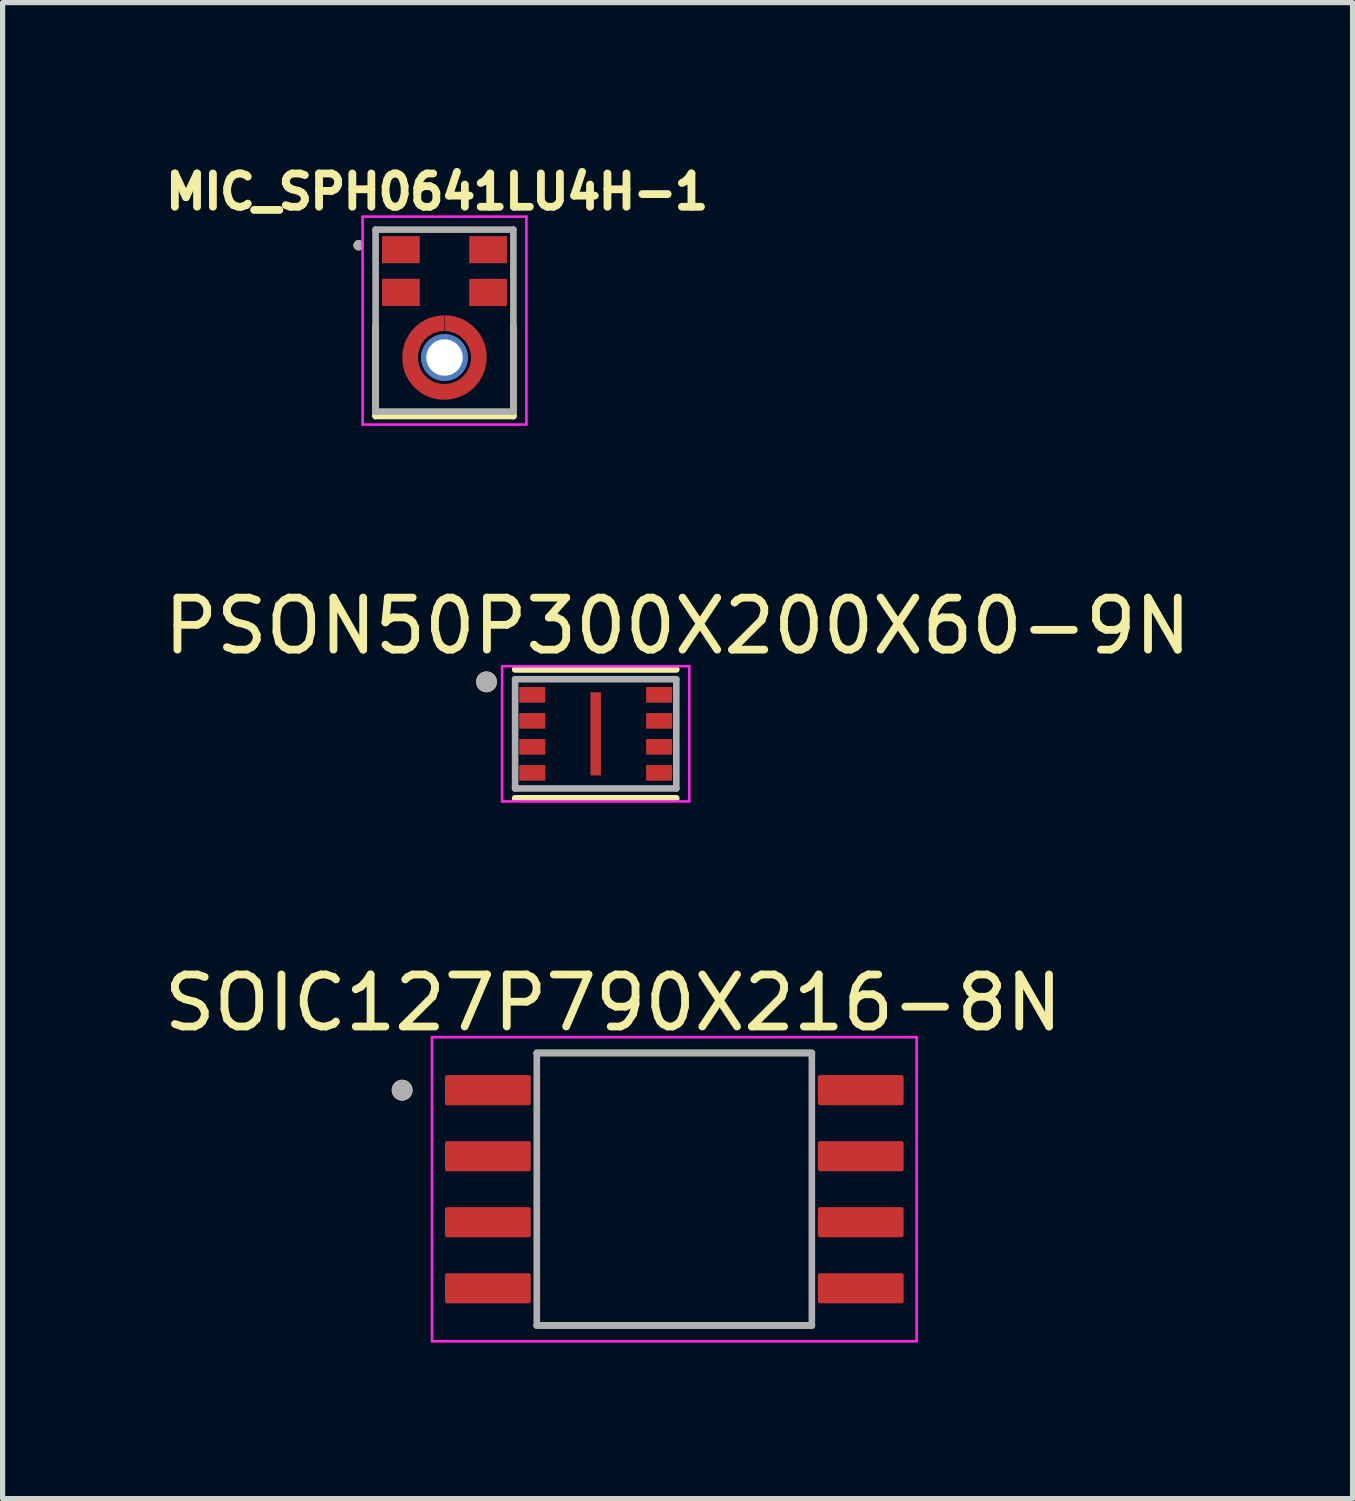
<source format=kicad_pcb>
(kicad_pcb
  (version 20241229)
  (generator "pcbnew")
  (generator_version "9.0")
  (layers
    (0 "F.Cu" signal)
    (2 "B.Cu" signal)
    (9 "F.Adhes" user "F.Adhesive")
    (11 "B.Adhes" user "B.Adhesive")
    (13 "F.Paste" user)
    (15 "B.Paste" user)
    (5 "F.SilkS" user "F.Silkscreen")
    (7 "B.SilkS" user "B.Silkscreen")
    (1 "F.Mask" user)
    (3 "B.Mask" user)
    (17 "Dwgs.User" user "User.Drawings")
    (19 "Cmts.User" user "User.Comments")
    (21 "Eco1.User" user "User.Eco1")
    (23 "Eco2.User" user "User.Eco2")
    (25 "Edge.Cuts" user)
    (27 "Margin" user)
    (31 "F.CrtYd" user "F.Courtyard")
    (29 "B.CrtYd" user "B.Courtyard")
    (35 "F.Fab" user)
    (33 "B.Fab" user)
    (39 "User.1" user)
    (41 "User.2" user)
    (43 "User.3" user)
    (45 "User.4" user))
  (footprint "MIC_SPH0641LU4H-1"
    (layer "F.Cu")
    (at 5.499 3.826)
    (property "Reference" "MIC_SPH0641LU4H-1" (at -0.142 -3.188 0) (layer "F.SilkS") (effects (font (size 0.64 0.64) (thickness 0.15))))
    (attr through_hole)
    (fp_circle (center 0 0) (end 0.65 0) (stroke (width 0.3) (type solid)) (fill no) (layer "F.Mask"))
    (fp_line (start -1.325 1.126) (end -1.325 -0.6) (stroke (width 0.127) (type solid)) (layer "F.SilkS"))
    (fp_line (start 1.325 -0.6) (end 1.325 1.126) (stroke (width 0.127) (type solid)) (layer "F.SilkS"))
    (fp_line (start 1.325 1.126) (end -1.325 1.126) (stroke (width 0.127) (type solid)) (layer "F.SilkS"))
    (fp_circle (center -1.651 -2.159) (end -1.601 -2.159) (stroke (width 0.1) (type solid)) (fill no) (layer "F.SilkS"))
    (fp_poly (pts (xy -0.53 0.38) (xy -0.425 0.28) (xy -0.46 0.23) (xy -0.5 0.12) (xy -0.514 0) (xy -0.5 -0.12) (xy -0.462 -0.225) (xy -0.426 -0.288) (xy -0.525 -0.385) (xy -0.64 -0.5) (xy -0.705 -0.405) (xy -0.75 -0.31) (xy -0.78 -0.22) (xy -0.8 -0.14) (xy -0.81 0) (xy -0.796 0.16) (xy -0.75 0.31) (xy -0.69 0.425) (xy -0.645 0.495)) (stroke (width 0.001) (type solid)) (fill yes) (layer "F.Paste"))
    (fp_poly (pts (xy 0.53 -0.375) (xy 0.435 -0.28) (xy 0.46 -0.23) (xy 0.485 -0.175) (xy 0.5 -0.12) (xy 0.51 -0.06) (xy 0.514 0) (xy 0.5 0.12) (xy 0.462 0.225) (xy 0.426 0.283) (xy 0.525 0.385) (xy 0.64 0.5) (xy 0.7 0.41) (xy 0.75 0.31) (xy 0.78 0.23) (xy 0.8 0.14) (xy 0.81 0) (xy 0.796 -0.16) (xy 0.75 -0.31) (xy 0.7 -0.415) (xy 0.645 -0.49)) (stroke (width 0.001) (type solid)) (fill yes) (layer "F.Paste"))
    (fp_poly (pts (xy 0.385 0.53) (xy 0.28 0.425) (xy 0.23 0.46) (xy 0.12 0.5) (xy 0 0.514) (xy -0.12 0.5) (xy -0.225 0.462) (xy -0.283 0.421) (xy -0.38 0.52) (xy -0.5 0.64) (xy -0.405 0.705) (xy -0.31 0.75) (xy -0.23 0.78) (xy -0.14 0.8) (xy -0.06 0.81) (xy 0 0.81) (xy 0.065 0.81) (xy 0.16 0.796) (xy 0.235 0.78) (xy 0.31 0.75) (xy 0.405 0.705) (xy 0.5 0.64)) (stroke (width 0.001) (type solid)) (fill yes) (layer "F.Paste"))
    (fp_poly (pts (xy -0.385 -0.53) (xy -0.285 -0.43) (xy -0.23 -0.465) (xy -0.12 -0.505) (xy -0.12 -0.51) (xy -0.11 -0.505) (xy -0.005 -0.52) (xy 0.005 -0.524) (xy 0.005 -0.52) (xy 0.125 -0.505) (xy 0.225 -0.462) (xy 0.293 -0.426) (xy 0.39 -0.525) (xy 0.505 -0.635) (xy 0.41 -0.7) (xy 0.31 -0.75) (xy 0.22 -0.78) (xy 0.14 -0.8) (xy 0 -0.81) (xy -0.16 -0.796) (xy -0.31 -0.75) (xy -0.4 -0.705) (xy -0.5 -0.64)) (stroke (width 0.001) (type solid)) (fill yes) (layer "F.Paste"))
    (fp_line (start -1.575 -2.71) (end 1.575 -2.71) (stroke (width 0.05) (type solid)) (layer "F.CrtYd"))
    (fp_line (start -1.575 1.29) (end -1.575 -2.71) (stroke (width 0.05) (type solid)) (layer "F.CrtYd"))
    (fp_line (start 1.575 -2.71) (end 1.575 1.29) (stroke (width 0.05) (type solid)) (layer "F.CrtYd"))
    (fp_line (start 1.575 1.29) (end -1.575 1.29) (stroke (width 0.05) (type solid)) (layer "F.CrtYd"))
    (fp_line (start -1.325 -2.46) (end 1.325 -2.46) (stroke (width 0.127) (type solid)) (layer "F.Fab"))
    (fp_line (start -1.325 1.04) (end -1.325 -2.46) (stroke (width 0.127) (type solid)) (layer "F.Fab"))
    (fp_line (start 1.325 -2.46) (end 1.325 1.04) (stroke (width 0.127) (type solid)) (layer "F.Fab"))
    (fp_line (start 1.325 1.04) (end -1.325 1.04) (stroke (width 0.127) (type solid)) (layer "F.Fab"))
    (fp_circle (center -1.651 -2.159) (end -1.601 -2.159) (stroke (width 0.1) (type solid)) (fill no) (layer "F.Fab"))
    (pad "" np_thru_hole circle (at 0 0) (size 0.9 0.9) (drill 0.7) (layers "*.Cu" "*.Mask"))
    (pad "1" smd rect (at -0.838 -2.074) (size 0.725 0.522) (layers "F.Cu" "F.Mask" "F.Paste"))
    (pad "2" smd rect (at -0.838 -1.252) (size 0.725 0.522) (layers "F.Cu" "F.Mask" "F.Paste"))
    (pad "3" smd custom (at 0.656 -0.013) (size 0.1 0.1) (layers "F.Cu") (options (anchor rect)) (primitives (gr_poly (pts (xy -0.661 -0.497) (xy -0.661 -0.797) (xy -0.705 -0.796) (xy -0.747 -0.793) (xy -0.789 -0.787) (xy -0.83 -0.779) (xy -0.871 -0.77) (xy -0.911 -0.758) (xy -0.951 -0.745) (xy -0.99 -0.729) (xy -1.028 -0.711) (xy -1.065 -0.69) (xy -1.101 -0.668) (xy -1.135 -0.644) (xy -1.169 -0.619) (xy -1.2 -0.592) (xy -1.231 -0.562) (xy -1.26 -0.531) (xy -1.287 -0.5) (xy -1.313 -0.467) (xy -1.337 -0.432) (xy -1.358 -0.397) (xy -1.379 -0.359) (xy -1.397 -0.322) (xy -1.413 -0.282) (xy -1.427 -0.242) (xy -1.439 -0.203) (xy -1.448 -0.162) (xy -1.456 -0.12) (xy -1.462 -0.079) (xy -1.465 -0.036) (xy -1.466 0.003) (xy -1.466 0.072) (xy -1.463 0.104) (xy -1.459 0.142) (xy -1.452 0.18) (xy -1.443 0.218) (xy -1.433 0.256) (xy -1.421 0.292) (xy -1.407 0.329) (xy -1.392 0.363) (xy -1.374 0.399) (xy -1.356 0.431) (xy -1.335 0.465) (xy -1.313 0.496) (xy -1.289 0.526) (xy -1.264 0.556) (xy -1.238 0.585) (xy -1.21 0.612) (xy -1.181 0.637) (xy -1.151 0.661) (xy -1.12 0.683) (xy -1.087 0.705) (xy -1.054 0.725) (xy -1.02 0.743) (xy -0.985 0.758) (xy -0.949 0.772) (xy -0.912 0.785) (xy -0.875 0.796) (xy -0.838 0.805) (xy -0.8 0.812) (xy -0.761 0.819) (xy -0.716 0.823) (xy -0.656 0.823) (xy -0.614 0.822) (xy -0.571 0.819) (xy -0.529 0.812) (xy -0.488 0.804) (xy -0.446 0.794) (xy -0.406 0.782) (xy -0.366 0.768) (xy -0.327 0.752) (xy -0.288 0.735) (xy -0.251 0.714) (xy -0.215 0.692) (xy -0.18 0.667) (xy -0.146 0.641) (xy -0.114 0.615) (xy -0.083 0.586) (xy -0.054 0.554) (xy -0.027 0.522) (xy -0.001 0.488) (xy 0.023 0.454) (xy 0.045 0.417) (xy 0.066 0.381) (xy 0.084 0.342) (xy 0.1 0.302) (xy 0.114 0.263) (xy 0.126 0.223) (xy 0.136 0.18) (xy 0.144 0.14) (xy 0.15 0.098) (xy 0.153 0.054) (xy 0.154 0.013) (xy 0.154 0.003) (xy 0.153 -0.036) (xy 0.15 -0.079) (xy 0.144 -0.12) (xy 0.136 -0.162) (xy 0.127 -0.203) (xy 0.115 -0.242) (xy 0.101 -0.282) (xy 0.085 -0.322) (xy 0.067 -0.359) (xy 0.046 -0.397) (xy 0.025 -0.432) (xy 0.001 -0.467) (xy -0.025 -0.5) (xy -0.052 -0.531) (xy -0.081 -0.562) (xy -0.112 -0.592) (xy -0.143 -0.619) (xy -0.177 -0.644) (xy -0.211 -0.668) (xy -0.247 -0.69) (xy -0.284 -0.711) (xy -0.322 -0.729) (xy -0.361 -0.745) (xy -0.401 -0.758) (xy -0.441 -0.77) (xy -0.482 -0.779) (xy -0.523 -0.787) (xy -0.565 -0.793) (xy -0.607 -0.796) (xy -0.651 -0.797) (xy -0.651 -0.497) (xy -0.636 -0.497) (xy -0.607 -0.494) (xy -0.581 -0.491) (xy -0.556 -0.486) (xy -0.531 -0.48) (xy -0.507 -0.472) (xy -0.483 -0.465) (xy -0.459 -0.455) (xy -0.436 -0.444) (xy -0.413 -0.432) (xy -0.391 -0.419) (xy -0.37 -0.405) (xy -0.349 -0.39) (xy -0.33 -0.373) (xy -0.311 -0.356) (xy -0.292 -0.339) (xy -0.275 -0.32) (xy -0.259 -0.3) (xy -0.243 -0.28) (xy -0.229 -0.259) (xy -0.216 -0.236) (xy -0.203 -0.214) (xy -0.192 -0.192) (xy -0.182 -0.168) (xy -0.173 -0.143) (xy -0.166 -0.119) (xy -0.159 -0.095) (xy -0.154 -0.07) (xy -0.15 -0.044) (xy -0.147 -0.019) (xy -0.146 0.003) (xy -0.146 0.025) (xy -0.148 0.052) (xy -0.151 0.08) (xy -0.155 0.105) (xy -0.161 0.133) (xy -0.168 0.159) (xy -0.177 0.183) (xy -0.187 0.208) (xy -0.198 0.234) (xy -0.211 0.258) (xy -0.224 0.281) (xy -0.239 0.302) (xy -0.255 0.325) (xy -0.272 0.345) (xy -0.291 0.365) (xy -0.31 0.385) (xy -0.33 0.403) (xy -0.351 0.418) (xy -0.373 0.434) (xy -0.396 0.449) (xy -0.419 0.463) (xy -0.443 0.474) (xy -0.468 0.485) (xy -0.493 0.494) (xy -0.519 0.502) (xy -0.545 0.509) (xy -0.572 0.514) (xy -0.598 0.518) (xy -0.625 0.521) (xy -0.656 0.522) (xy -0.666 0.522) (xy -0.696 0.521) (xy -0.723 0.518) (xy -0.749 0.514) (xy -0.775 0.509) (xy -0.8 0.502) (xy -0.825 0.495) (xy -0.85 0.485) (xy -0.874 0.475) (xy -0.898 0.464) (xy -0.921 0.451) (xy -0.943 0.436) (xy -0.965 0.42) (xy -0.986 0.405) (xy -1.005 0.387) (xy -1.024 0.368) (xy -1.042 0.348) (xy -1.059 0.329) (xy -1.075 0.307) (xy -1.089 0.285) (xy -1.103 0.263) (xy -1.115 0.238) (xy -1.126 0.214) (xy -1.136 0.191) (xy -1.144 0.166) (xy -1.151 0.14) (xy -1.157 0.114) (xy -1.161 0.087) (xy -1.164 0.061) (xy -1.166 0.035) (xy -1.166 0.013) (xy -1.165 -0.017) (xy -1.163 -0.043) (xy -1.16 -0.07) (xy -1.155 -0.096) (xy -1.149 -0.121) (xy -1.141 -0.146) (xy -1.132 -0.172) (xy -1.122 -0.197) (xy -1.111 -0.221) (xy -1.098 -0.243) (xy -1.084 -0.267) (xy -1.069 -0.288) (xy -1.053 -0.309) (xy -1.036 -0.33) (xy -1.017 -0.348) (xy -0.998 -0.367) (xy -0.978 -0.385) (xy -0.957 -0.401) (xy -0.935 -0.415) (xy -0.912 -0.429) (xy -0.889 -0.443) (xy -0.865 -0.454) (xy -0.84 -0.464) (xy -0.815 -0.472) (xy -0.79 -0.48) (xy -0.764 -0.486) (xy -0.738 -0.491) (xy -0.712 -0.494) (xy -0.685 -0.496) (xy -0.661 -0.497)) (width 0.001) (fill yes))))
    (pad "4" smd rect (at 0.838 -1.252) (size 0.725 0.522) (layers "F.Cu" "F.Mask" "F.Paste"))
    (pad "5" smd rect (at 0.838 -2.074) (size 0.725 0.522) (layers "F.Cu" "F.Mask" "F.Paste")))
  (footprint "PSON50P300X200X60-9N"
    (layer "F.Cu")
    (at 8.407 11.064)
    (property "Reference" "PSON50P300X200X60-9N" (at 1.575 -2.075 0) (layer "F.SilkS") (effects (font (size 1 1) (thickness 0.15))))
    (attr through_hole)
    (fp_line (start -1.55 -1.239) (end 1.55 -1.239) (stroke (width 0.127) (type solid)) (layer "F.SilkS"))
    (fp_line (start -1.55 1.239) (end 1.55 1.239) (stroke (width 0.127) (type solid)) (layer "F.SilkS"))
    (fp_circle (center -2.1 -1) (end -2 -1) (stroke (width 0.2) (type solid)) (fill no) (layer "F.SilkS"))
    (fp_line (start -1.8 -1.3) (end 1.8 -1.3) (stroke (width 0.05) (type solid)) (layer "F.CrtYd"))
    (fp_line (start -1.8 1.3) (end -1.8 -1.3) (stroke (width 0.05) (type solid)) (layer "F.CrtYd"))
    (fp_line (start 1.8 -1.3) (end 1.8 1.3) (stroke (width 0.05) (type solid)) (layer "F.CrtYd"))
    (fp_line (start 1.8 1.3) (end -1.8 1.3) (stroke (width 0.05) (type solid)) (layer "F.CrtYd"))
    (fp_line (start -1.55 -1.05) (end 1.55 -1.05) (stroke (width 0.127) (type solid)) (layer "F.Fab"))
    (fp_line (start -1.55 1.05) (end -1.55 -1.05) (stroke (width 0.127) (type solid)) (layer "F.Fab"))
    (fp_line (start 1.55 -1.05) (end 1.55 1.05) (stroke (width 0.127) (type solid)) (layer "F.Fab"))
    (fp_line (start 1.55 1.05) (end -1.55 1.05) (stroke (width 0.127) (type solid)) (layer "F.Fab"))
    (fp_circle (center -2.1 -1) (end -2 -1) (stroke (width 0.2) (type solid)) (fill no) (layer "F.Fab"))
    (pad "1" smd rect (at -1.22 -0.75) (size 0.5 0.3) (layers "F.Cu" "F.Mask" "F.Paste"))
    (pad "2" smd rect (at -1.22 -0.25) (size 0.5 0.3) (layers "F.Cu" "F.Mask" "F.Paste"))
    (pad "3" smd rect (at -1.22 0.25) (size 0.5 0.3) (layers "F.Cu" "F.Mask" "F.Paste"))
    (pad "4" smd rect (at -1.22 0.75) (size 0.5 0.3) (layers "F.Cu" "F.Mask" "F.Paste"))
    (pad "5" smd rect (at 1.22 0.75) (size 0.5 0.3) (layers "F.Cu" "F.Mask" "F.Paste"))
    (pad "6" smd rect (at 1.22 0.25) (size 0.5 0.3) (layers "F.Cu" "F.Mask" "F.Paste"))
    (pad "7" smd rect (at 1.22 -0.25) (size 0.5 0.3) (layers "F.Cu" "F.Mask" "F.Paste"))
    (pad "8" smd rect (at 1.22 -0.75) (size 0.5 0.3) (layers "F.Cu" "F.Mask" "F.Paste"))
    (pad "9" smd rect (at 0 0) (size 0.2 1.6) (layers "F.Cu" "F.Mask" "F.Paste")))
  (footprint "SOIC127P790X216-8N"
    (layer "F.Cu")
    (at 9.919 19.822)
    (property "Reference" "SOIC127P790X216-8N" (at -1.175 -3.585 0) (layer "F.SilkS") (effects (font (size 1 1) (thickness 0.15))))
    (attr through_hole)
    (fp_line (start -2.645 -2.62) (end 2.645 -2.62) (stroke (width 0.127) (type solid)) (layer "F.SilkS"))
    (fp_line (start -2.645 2.62) (end 2.645 2.62) (stroke (width 0.127) (type solid)) (layer "F.SilkS"))
    (fp_circle (center -5.235 -1.905) (end -5.135 -1.905) (stroke (width 0.2) (type solid)) (fill no) (layer "F.SilkS"))
    (fp_line (start -4.66 -2.925) (end -4.66 2.925) (stroke (width 0.05) (type solid)) (layer "F.CrtYd"))
    (fp_line (start -4.66 -2.925) (end 4.66 -2.925) (stroke (width 0.05) (type solid)) (layer "F.CrtYd"))
    (fp_line (start -4.66 2.925) (end 4.66 2.925) (stroke (width 0.05) (type solid)) (layer "F.CrtYd"))
    (fp_line (start 4.66 -2.925) (end 4.66 2.925) (stroke (width 0.05) (type solid)) (layer "F.CrtYd"))
    (fp_line (start -2.645 -2.62) (end -2.645 2.62) (stroke (width 0.127) (type solid)) (layer "F.Fab"))
    (fp_line (start -2.645 -2.62) (end 2.645 -2.62) (stroke (width 0.127) (type solid)) (layer "F.Fab"))
    (fp_line (start -2.645 2.62) (end 2.645 2.62) (stroke (width 0.127) (type solid)) (layer "F.Fab"))
    (fp_line (start 2.645 -2.62) (end 2.645 2.62) (stroke (width 0.127) (type solid)) (layer "F.Fab"))
    (fp_circle (center -5.235 -1.905) (end -5.135 -1.905) (stroke (width 0.2) (type solid)) (fill no) (layer "F.Fab"))
    (pad "1" smd roundrect (at -3.585 -1.905) (size 1.65 0.58) (layers "F.Cu" "F.Mask" "F.Paste") (roundrect_rratio 0.07))
    (pad "2" smd roundrect (at -3.585 -0.635) (size 1.65 0.58) (layers "F.Cu" "F.Mask" "F.Paste") (roundrect_rratio 0.07))
    (pad "3" smd roundrect (at -3.585 0.635) (size 1.65 0.58) (layers "F.Cu" "F.Mask" "F.Paste") (roundrect_rratio 0.07))
    (pad "4" smd roundrect (at -3.585 1.905) (size 1.65 0.58) (layers "F.Cu" "F.Mask" "F.Paste") (roundrect_rratio 0.07))
    (pad "5" smd roundrect (at 3.585 1.905) (size 1.65 0.58) (layers "F.Cu" "F.Mask" "F.Paste") (roundrect_rratio 0.07))
    (pad "6" smd roundrect (at 3.585 0.635) (size 1.65 0.58) (layers "F.Cu" "F.Mask" "F.Paste") (roundrect_rratio 0.07))
    (pad "7" smd roundrect (at 3.585 -0.635) (size 1.65 0.58) (layers "F.Cu" "F.Mask" "F.Paste") (roundrect_rratio 0.07))
    (pad "8" smd roundrect (at 3.585 -1.905) (size 1.65 0.58) (layers "F.Cu" "F.Mask" "F.Paste") (roundrect_rratio 0.07)))
  (gr_rect
    (start -3 -3)
    (end 22.964 25.772)
    (stroke (width 0.1) (type default))
    (fill no)
    (layer "Edge.Cuts")))
</source>
